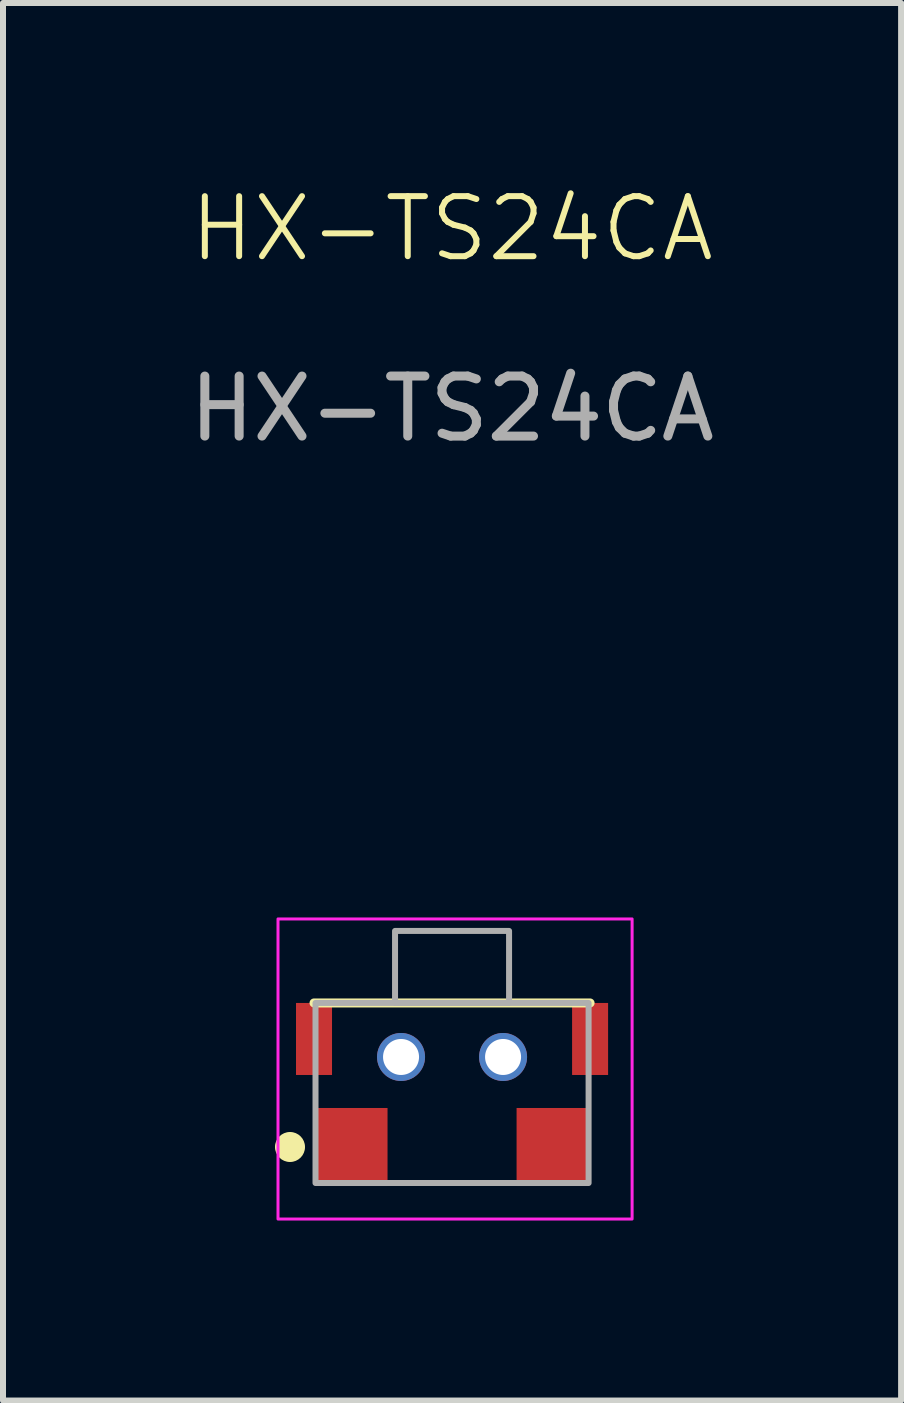
<source format=kicad_pcb>
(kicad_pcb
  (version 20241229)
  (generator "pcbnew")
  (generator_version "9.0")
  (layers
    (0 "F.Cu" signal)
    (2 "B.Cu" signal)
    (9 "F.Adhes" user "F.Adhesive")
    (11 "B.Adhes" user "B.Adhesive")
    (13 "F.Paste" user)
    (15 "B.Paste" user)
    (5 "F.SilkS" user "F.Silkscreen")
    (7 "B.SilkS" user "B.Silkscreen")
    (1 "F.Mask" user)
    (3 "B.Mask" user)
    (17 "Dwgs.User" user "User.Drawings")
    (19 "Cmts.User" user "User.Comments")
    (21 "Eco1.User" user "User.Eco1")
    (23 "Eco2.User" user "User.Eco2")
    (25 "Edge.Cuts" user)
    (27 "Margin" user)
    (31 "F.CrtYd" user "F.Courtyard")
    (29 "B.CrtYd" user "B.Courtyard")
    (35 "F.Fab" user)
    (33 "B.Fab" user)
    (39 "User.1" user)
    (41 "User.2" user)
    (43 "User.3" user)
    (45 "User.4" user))
  (footprint "HX-TS24CA"
    (layer "F.Cu")
    (at 4.482 14.261)
    (property "Reference" "HX-TS24CA" (at 0 -13.5 0) (unlocked yes) (layer "F.SilkS") (effects (font (size 1 1) (thickness 0.1))))
    (attr smd)
    (fp_line (start -2.3 -0.6) (end 2.3 -0.6) (stroke (width 0.15) (type solid)) (layer "F.SilkS"))
    (fp_circle (center -2.7 1.8) (end -2.45 1.8) (stroke (width 0) (type solid)) (fill yes) (layer "F.SilkS"))
    (fp_rect (start -2.9 -2) (end 3 3) (stroke (width 0.05) (type default)) (fill no) (layer "F.CrtYd"))
    (fp_rect (start -2.275 -0.6) (end 2.275 2.4) (stroke (width 0.1) (type solid)) (fill no) (layer "F.Fab"))
    (fp_rect (start -0.95 -1.8) (end 0.95 -0.6) (stroke (width 0.1) (type solid)) (fill no) (layer "F.Fab"))
    (fp_text user "${REFERENCE}" (at 0 -10.5 0) (unlocked yes) (layer "F.Fab") (effects (font (size 1 1) (thickness 0.15))))
    (pad "" smd rect (at -2.3 0) (size 0.6 1.2) (layers "F.Cu" "F.Mask" "F.Paste"))
    (pad "" np_thru_hole circle (at -0.85 0.3) (size 0.8 0.8) (drill 0.6) (layers "*.Cu" "*.Mask"))
    (pad "" np_thru_hole circle (at 0.85 0.3) (size 0.8 0.8) (drill 0.6) (layers "*.Cu" "*.Mask"))
    (pad "" smd rect (at 2.3 0) (size 0.6 1.2) (layers "F.Cu" "F.Mask" "F.Paste"))
    (pad "1" smd rect (at -1.675 1.8) (size 1.2 1.3) (layers "F.Cu" "F.Mask" "F.Paste"))
    (pad "2" smd rect (at 1.675 1.8) (size 1.2 1.3) (layers "F.Cu" "F.Mask" "F.Paste")))
  (gr_rect
    (start -3 -3)
    (end 11.964 20.285)
    (stroke (width 0.1) (type default))
    (fill no)
    (layer "Edge.Cuts")))
</source>
